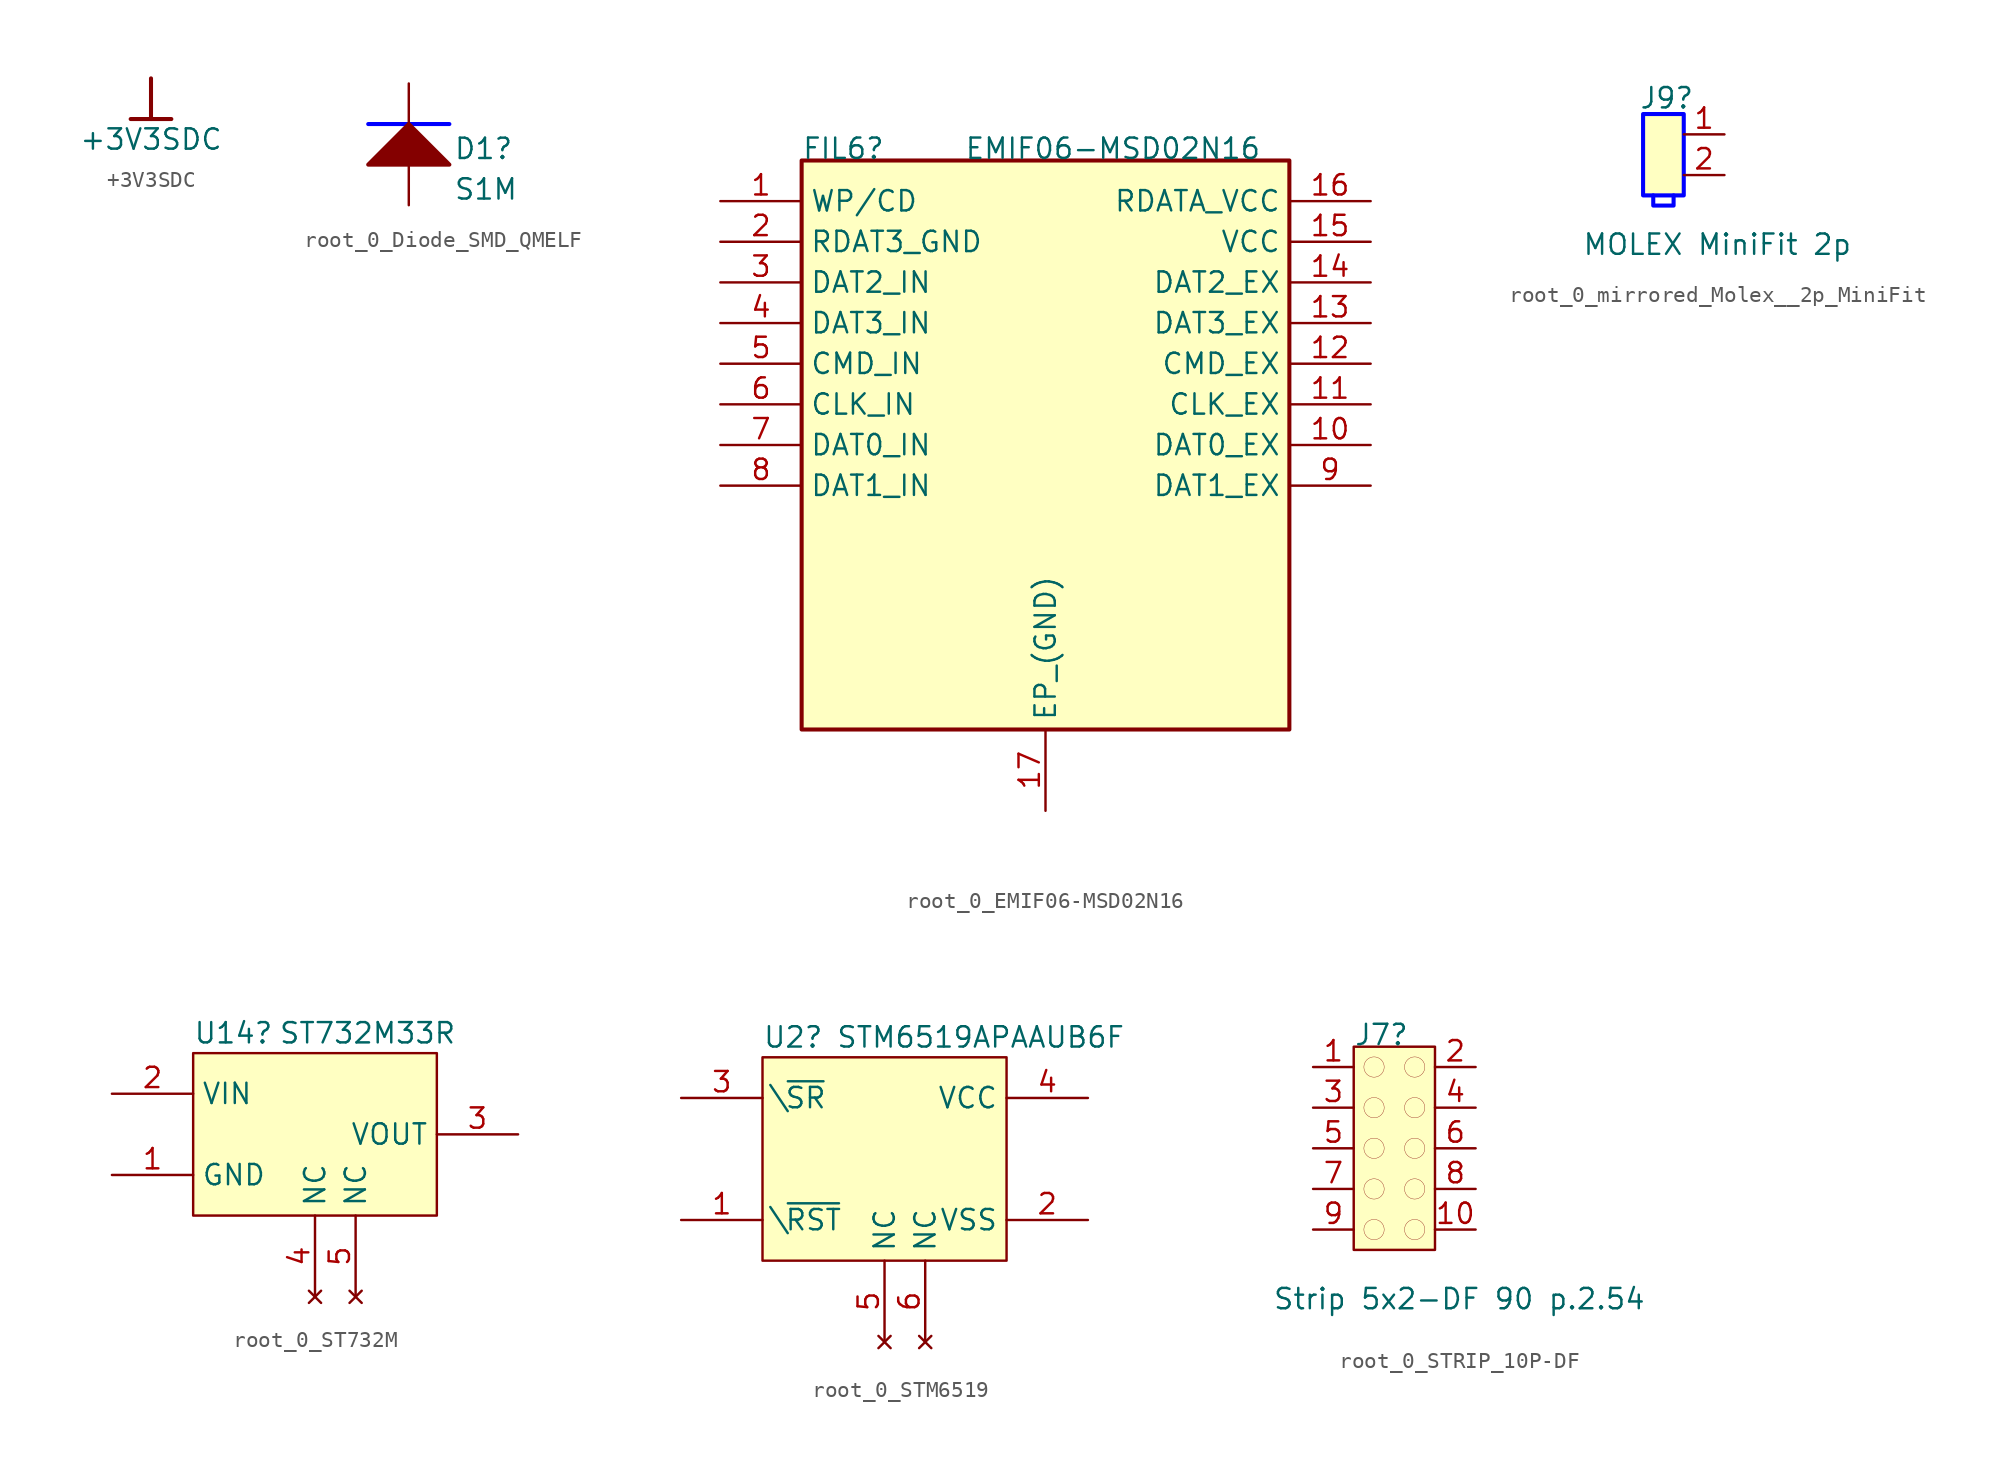
<source format=kicad_sym>
(kicad_symbol_lib
  (version 20220914)
  (generator kicad_symbol_editor)
  (symbol "+3V3SDC"
    (power)
    (property "Reference" "#PWR017"
      (at 0 0 0)
      (effects (font (size 1.27 1.27)) hide))
    (property "Value" "+3V3SDC"
      (at 0 -3.81 0)
      (effects (font (size 1.27 1.27))))
    (symbol "+3V3SDC_0_0"
      (polyline (pts (xy -1.27 -2.54) (xy 1.27 -2.54)) (stroke (width 0.254) (type solid)) (fill (type none)))
      (polyline (pts (xy 0 0) (xy 0 -2.54)) (stroke (width 0.254) (type solid)) (fill (type none)))
      (pin power_in line (at 0 0 0) (length 0) hide (name "+3V3SDC" (effects (font (size 1.27 1.27)))) (number "" (effects (font (size 1.27 1.27)))))))
  (symbol "root_0_Diode_SMD_QMELF"
    (property "Reference" "D1"
      (at 2.794 -2.286 0)
      (effects (font (size 1.27 1.27)) (justify left bottom)))
    (property "Value" "S1M"
      (at 2.794 -4.826 0)
      (effects (font (size 1.27 1.27)) (justify left bottom)))
    (symbol "root_0_Diode_SMD_QMELF_1_0"
      (polyline (pts (xy -2.54 0) (xy 2.54 0)) (stroke (width 0.254) (type solid) (color 0 0 255 1)) (fill (type none)))
      (polyline (pts (xy 2.54 -2.54) (xy 0 0) (xy -2.54 -2.54) (xy 2.54 -2.54)) (stroke (width 0.254) (type solid)) (fill (type outline)))
      (pin passive line (at 0 2.54 270) (length 2.54) (name "K" (effects (font (size 0 0)))) (number "1" (effects (font (size 0 0)))))
      (pin passive line (at 0 -5.08 90) (length 2.54) (name "A" (effects (font (size 0 0)))) (number "2" (effects (font (size 0 0)))))))
  (symbol "root_0_EMIF06-MSD02N16"
    (property "Reference" "FIL6"
      (at 5.08 2.54 0)
      (effects (font (size 1.27 1.27)) (justify left bottom)))
    (property "Value" "EMIF06-MSD02N16"
      (at 15.24 2.54 0)
      (effects (font (size 1.27 1.27)) (justify left bottom)))
    (symbol "root_0_EMIF06-MSD02N16_1_0"
      (rectangle (start 35.56 2.54) (end 5.08 -33.02) (stroke (width 0.254) (type solid)) (fill (type background)))
      (pin passive line (at 0 0 0) (length 5.08) (name "WP/CD" (effects (font (size 1.27 1.27)))) (number "1" (effects (font (size 1.27 1.27)))))
      (pin passive line (at 40.64 -15.24 180) (length 5.08) (name "DAT0_EX" (effects (font (size 1.27 1.27)))) (number "10" (effects (font (size 1.27 1.27)))))
      (pin passive line (at 40.64 -12.7 180) (length 5.08) (name "CLK_EX" (effects (font (size 1.27 1.27)))) (number "11" (effects (font (size 1.27 1.27)))))
      (pin passive line (at 40.64 -10.16 180) (length 5.08) (name "CMD_EX" (effects (font (size 1.27 1.27)))) (number "12" (effects (font (size 1.27 1.27)))))
      (pin passive line (at 40.64 -7.62 180) (length 5.08) (name "DAT3_EX" (effects (font (size 1.27 1.27)))) (number "13" (effects (font (size 1.27 1.27)))))
      (pin passive line (at 40.64 -5.08 180) (length 5.08) (name "DAT2_EX" (effects (font (size 1.27 1.27)))) (number "14" (effects (font (size 1.27 1.27)))))
      (pin passive line (at 40.64 -2.54 180) (length 5.08) (name "VCC" (effects (font (size 1.27 1.27)))) (number "15" (effects (font (size 1.27 1.27)))))
      (pin passive line (at 40.64 0 180) (length 5.08) (name "RDATA_VCC" (effects (font (size 1.27 1.27)))) (number "16" (effects (font (size 1.27 1.27)))))
      (pin passive line (at 20.32 -38.1 90) (length 5.08) (name "EP_(GND)" (effects (font (size 1.27 1.27)))) (number "17" (effects (font (size 1.27 1.27)))))
      (pin passive line (at 0 -2.54 0) (length 5.08) (name "RDAT3_GND" (effects (font (size 1.27 1.27)))) (number "2" (effects (font (size 1.27 1.27)))))
      (pin passive line (at 0 -5.08 0) (length 5.08) (name "DAT2_IN" (effects (font (size 1.27 1.27)))) (number "3" (effects (font (size 1.27 1.27)))))
      (pin passive line (at 0 -7.62 0) (length 5.08) (name "DAT3_IN" (effects (font (size 1.27 1.27)))) (number "4" (effects (font (size 1.27 1.27)))))
      (pin passive line (at 0 -10.16 0) (length 5.08) (name "CMD_IN" (effects (font (size 1.27 1.27)))) (number "5" (effects (font (size 1.27 1.27)))))
      (pin passive line (at 0 -12.7 0) (length 5.08) (name "CLK_IN" (effects (font (size 1.27 1.27)))) (number "6" (effects (font (size 1.27 1.27)))))
      (pin passive line (at 0 -15.24 0) (length 5.08) (name "DAT0_IN" (effects (font (size 1.27 1.27)))) (number "7" (effects (font (size 1.27 1.27)))))
      (pin passive line (at 0 -17.78 0) (length 5.08) (name "DAT1_IN" (effects (font (size 1.27 1.27)))) (number "8" (effects (font (size 1.27 1.27)))))
      (pin passive line (at 40.64 -17.78 180) (length 5.08) (name "DAT1_EX" (effects (font (size 1.27 1.27)))) (number "9" (effects (font (size 1.27 1.27)))))))
  (symbol "root_0_mirrored_Molex__2p_MiniFit"
    (property "Reference" "J9"
      (at -2.794 0.254 0)
      (effects (font (size 1.27 1.27)) (justify left bottom)))
    (property "Value" "MOLEX MiniFit 2p"
      (at -6.35 -8.89 0)
      (effects (font (size 1.27 1.27)) (justify left bottom)))
    (symbol "root_0_mirrored_Molex__2p_MiniFit_1_0"
      (rectangle (start 0 0) (end -2.54 -5.08) (stroke (width 0) (type solid)) (fill (type background)))
      (polyline (pts (xy -0.635 -5.08) (xy -0.635 -5.715) (xy -1.905 -5.715) (xy -1.905 -5.08)) (stroke (width 0.254) (type solid) (color 0 0 255 1)) (fill (type none)))
      (polyline (pts (xy 0 -5.08) (xy 0 0) (xy -2.54 0) (xy -2.54 -5.08) (xy 0 -5.08)) (stroke (width 0.254) (type solid) (color 0 0 255 1)) (fill (type none)))
      (pin passive line (at 2.54 -1.27 180) (length 2.54) (name "1" (effects (font (size 0 0)))) (number "1" (effects (font (size 1.27 1.27)))))
      (pin passive line (at 2.54 -3.81 180) (length 2.54) (name "2" (effects (font (size 0 0)))) (number "2" (effects (font (size 1.27 1.27)))))))
  (symbol "root_0_ST732M"
    (property "Reference" "U14"
      (at 0 0.508 0)
      (effects (font (size 1.27 1.27)) (justify left bottom)))
    (property "Value" "ST732M33R"
      (at 5.334 0.508 0)
      (effects (font (size 1.27 1.27)) (justify left bottom)))
    (symbol "root_0_ST732M_1_0"
      (rectangle (start 15.24 0) (end 0 -10.16) (stroke (width 0) (type solid)) (fill (type background)))
      (pin power_in line (at -5.08 -7.62 0) (length 5.08) (name "GND" (effects (font (size 1.27 1.27)))) (number "1" (effects (font (size 1.27 1.27)))))
      (pin passive line (at -5.08 -2.54 0) (length 5.08) (name "VIN" (effects (font (size 1.27 1.27)))) (number "2" (effects (font (size 1.27 1.27)))))
      (pin passive line (at 20.32 -5.08 180) (length 5.08) (name "VOUT" (effects (font (size 1.27 1.27)))) (number "3" (effects (font (size 1.27 1.27)))))
      (pin no_connect line (at 7.62 -15.24 90) (length 5.08) (name "NC" (effects (font (size 1.27 1.27)))) (number "4" (effects (font (size 1.27 1.27)))))
      (pin no_connect line (at 10.16 -15.24 90) (length 5.08) (name "NC" (effects (font (size 1.27 1.27)))) (number "5" (effects (font (size 1.27 1.27)))))))
  (symbol "root_0_STM6519"
    (property "Reference" "U2"
      (at 0 0.508 0)
      (effects (font (size 1.27 1.27)) (justify left bottom)))
    (property "Value" "STM6519APAAUB6F"
      (at 4.572 0.508 0)
      (effects (font (size 1.27 1.27)) (justify left bottom)))
    (symbol "root_0_STM6519_1_0"
      (rectangle (start 15.24 0) (end 0 -12.7) (stroke (width 0) (type solid)) (fill (type background)))
      (pin passive line (at -5.08 -10.16 0) (length 5.08) (name "\\~{RST}" (effects (font (size 1.27 1.27)))) (number "1" (effects (font (size 1.27 1.27)))))
      (pin power_in line (at 20.32 -10.16 180) (length 5.08) (name "VSS" (effects (font (size 1.27 1.27)))) (number "2" (effects (font (size 1.27 1.27)))))
      (pin passive line (at -5.08 -2.54 0) (length 5.08) (name "\\~{SR}" (effects (font (size 1.27 1.27)))) (number "3" (effects (font (size 1.27 1.27)))))
      (pin power_in line (at 20.32 -2.54 180) (length 5.08) (name "VCC" (effects (font (size 1.27 1.27)))) (number "4" (effects (font (size 1.27 1.27)))))
      (pin no_connect line (at 7.62 -17.78 90) (length 5.08) (name "NC" (effects (font (size 1.27 1.27)))) (number "5" (effects (font (size 1.27 1.27)))))
      (pin no_connect line (at 10.16 -17.78 90) (length 5.08) (name "NC" (effects (font (size 1.27 1.27)))) (number "6" (effects (font (size 1.27 1.27)))))))
  (symbol "root_0_STRIP_10P-DF"
    (property "Reference" "J7"
      (at 0 0 0)
      (effects (font (size 1.27 1.27)) (justify left bottom)))
    (property "Value" "Strip 5x2-DF 90 p.2.54"
      (at -5.08 -16.51 0)
      (effects (font (size 1.27 1.27)) (justify left bottom)))
    (symbol "root_0_STRIP_10P-DF_1_0"
      (circle (center 1.27 -11.43) (radius 0.635) (stroke (width 0.0001) (type solid)) (fill (type color) (color 192 192 192 1)))
      (circle (center 1.27 -8.89) (radius 0.635) (stroke (width 0.0001) (type solid)) (fill (type color) (color 192 192 192 1)))
      (circle (center 1.27 -6.35) (radius 0.635) (stroke (width 0.0001) (type solid)) (fill (type color) (color 192 192 192 1)))
      (circle (center 1.27 -3.81) (radius 0.635) (stroke (width 0.0001) (type solid)) (fill (type color) (color 192 192 192 1)))
      (circle (center 1.27 -1.27) (radius 0.635) (stroke (width 0.0001) (type solid)) (fill (type color) (color 192 192 192 1)))
      (circle (center 3.81 -11.43) (radius 0.635) (stroke (width 0.0001) (type solid)) (fill (type color) (color 192 192 192 1)))
      (circle (center 3.81 -8.89) (radius 0.635) (stroke (width 0.0001) (type solid)) (fill (type color) (color 192 192 192 1)))
      (circle (center 3.81 -6.35) (radius 0.635) (stroke (width 0.0001) (type solid)) (fill (type color) (color 192 192 192 1)))
      (circle (center 3.81 -3.81) (radius 0.635) (stroke (width 0.0001) (type solid)) (fill (type color) (color 192 192 192 1)))
      (circle (center 3.81 -1.27) (radius 0.635) (stroke (width 0.0001) (type solid)) (fill (type color) (color 192 192 192 1)))
      (rectangle (start 5.08 0) (end 0 -12.7) (stroke (width 0) (type solid)) (fill (type background)))
      (pin passive line (at -2.54 -1.27 0) (length 2.54) (name "1" (effects (font (size 0 0)))) (number "1" (effects (font (size 1.27 1.27)))))
      (pin passive line (at 7.62 -11.43 180) (length 2.54) (name "10" (effects (font (size 0 0)))) (number "10" (effects (font (size 1.27 1.27)))))
      (pin passive line (at 7.62 -1.27 180) (length 2.54) (name "2" (effects (font (size 0 0)))) (number "2" (effects (font (size 1.27 1.27)))))
      (pin passive line (at -2.54 -3.81 0) (length 2.54) (name "3" (effects (font (size 0 0)))) (number "3" (effects (font (size 1.27 1.27)))))
      (pin passive line (at 7.62 -3.81 180) (length 2.54) (name "4" (effects (font (size 0 0)))) (number "4" (effects (font (size 1.27 1.27)))))
      (pin passive line (at -2.54 -6.35 0) (length 2.54) (name "5" (effects (font (size 0 0)))) (number "5" (effects (font (size 1.27 1.27)))))
      (pin passive line (at 7.62 -6.35 180) (length 2.54) (name "6" (effects (font (size 0 0)))) (number "6" (effects (font (size 1.27 1.27)))))
      (pin passive line (at -2.54 -8.89 0) (length 2.54) (name "7" (effects (font (size 0 0)))) (number "7" (effects (font (size 1.27 1.27)))))
      (pin passive line (at 7.62 -8.89 180) (length 2.54) (name "8" (effects (font (size 0 0)))) (number "8" (effects (font (size 1.27 1.27)))))
      (pin passive line (at -2.54 -11.43 0) (length 2.54) (name "9" (effects (font (size 0 0)))) (number "9" (effects (font (size 1.27 1.27))))))))
</source>
